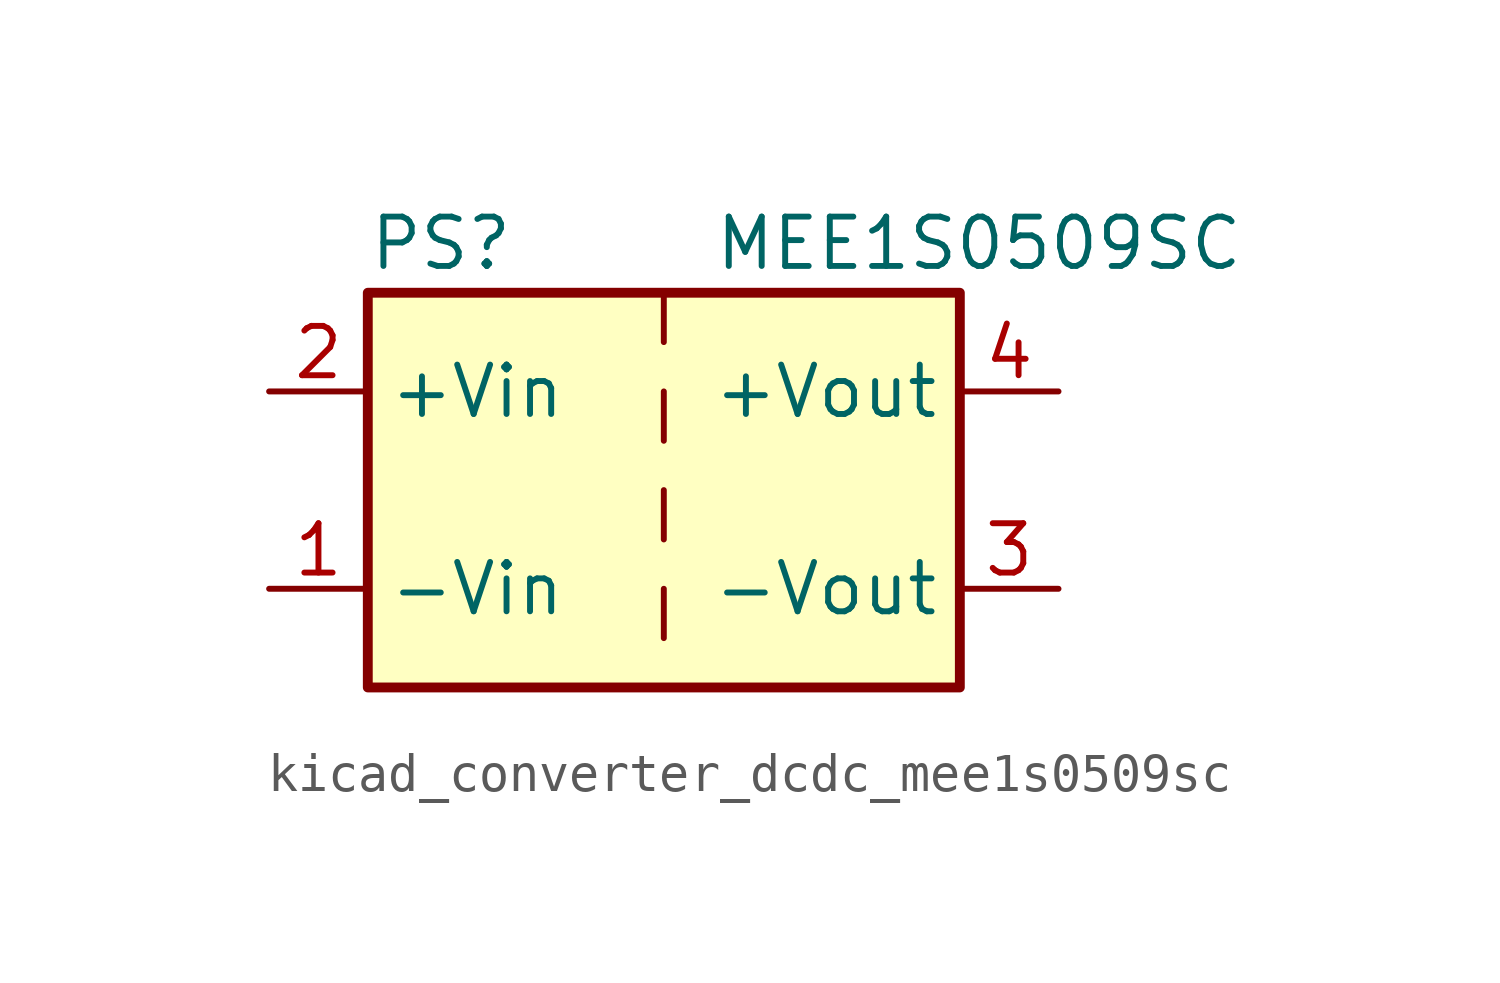
<source format=kicad_sym>
(kicad_symbol_lib
  (version 20220914)
  (generator kicad_symbol_editor)
  (symbol "kicad_converter_dcdc_mee1s0509sc"
    (property "Reference" "PS"
      (at -7.62 6.35 0)
      (effects (font (size 1.27 1.27)) (justify left)))
    (property "Value" "MEE1S0509SC"
      (at 1.27 6.35 0)
      (effects (font (size 1.27 1.27)) (justify left)))
    (symbol "kicad_converter_dcdc_mee1s0509sc_0_0"
      (pin power_in line (at -10.16 -2.54 0) (length 2.54) (name "-Vin" (effects (font (size 1.27 1.27)))) (number "1" (effects (font (size 1.27 1.27)))))
      (pin power_in line (at -10.16 2.54 0) (length 2.54) (name "+Vin" (effects (font (size 1.27 1.27)))) (number "2" (effects (font (size 1.27 1.27)))))
      (pin power_out line (at 10.16 -2.54 180) (length 2.54) (name "-Vout" (effects (font (size 1.27 1.27)))) (number "3" (effects (font (size 1.27 1.27)))))
      (pin power_out line (at 10.16 2.54 180) (length 2.54) (name "+Vout" (effects (font (size 1.27 1.27)))) (number "4" (effects (font (size 1.27 1.27))))))
    (symbol "kicad_converter_dcdc_mee1s0509sc_0_1"
      (rectangle (start -7.62 5.08) (end 7.62 -5.08) (stroke (width 0.254) (type default)) (fill (type background)))
      (polyline (pts (xy 0 -2.54) (xy 0 -3.81)) (stroke (width 0) (type default)) (fill (type none)))
      (polyline (pts (xy 0 0) (xy 0 -1.27)) (stroke (width 0) (type default)) (fill (type none)))
      (polyline (pts (xy 0 2.54) (xy 0 1.27)) (stroke (width 0) (type default)) (fill (type none)))
      (polyline (pts (xy 0 5.08) (xy 0 3.81)) (stroke (width 0) (type default)) (fill (type none))))))
</source>
